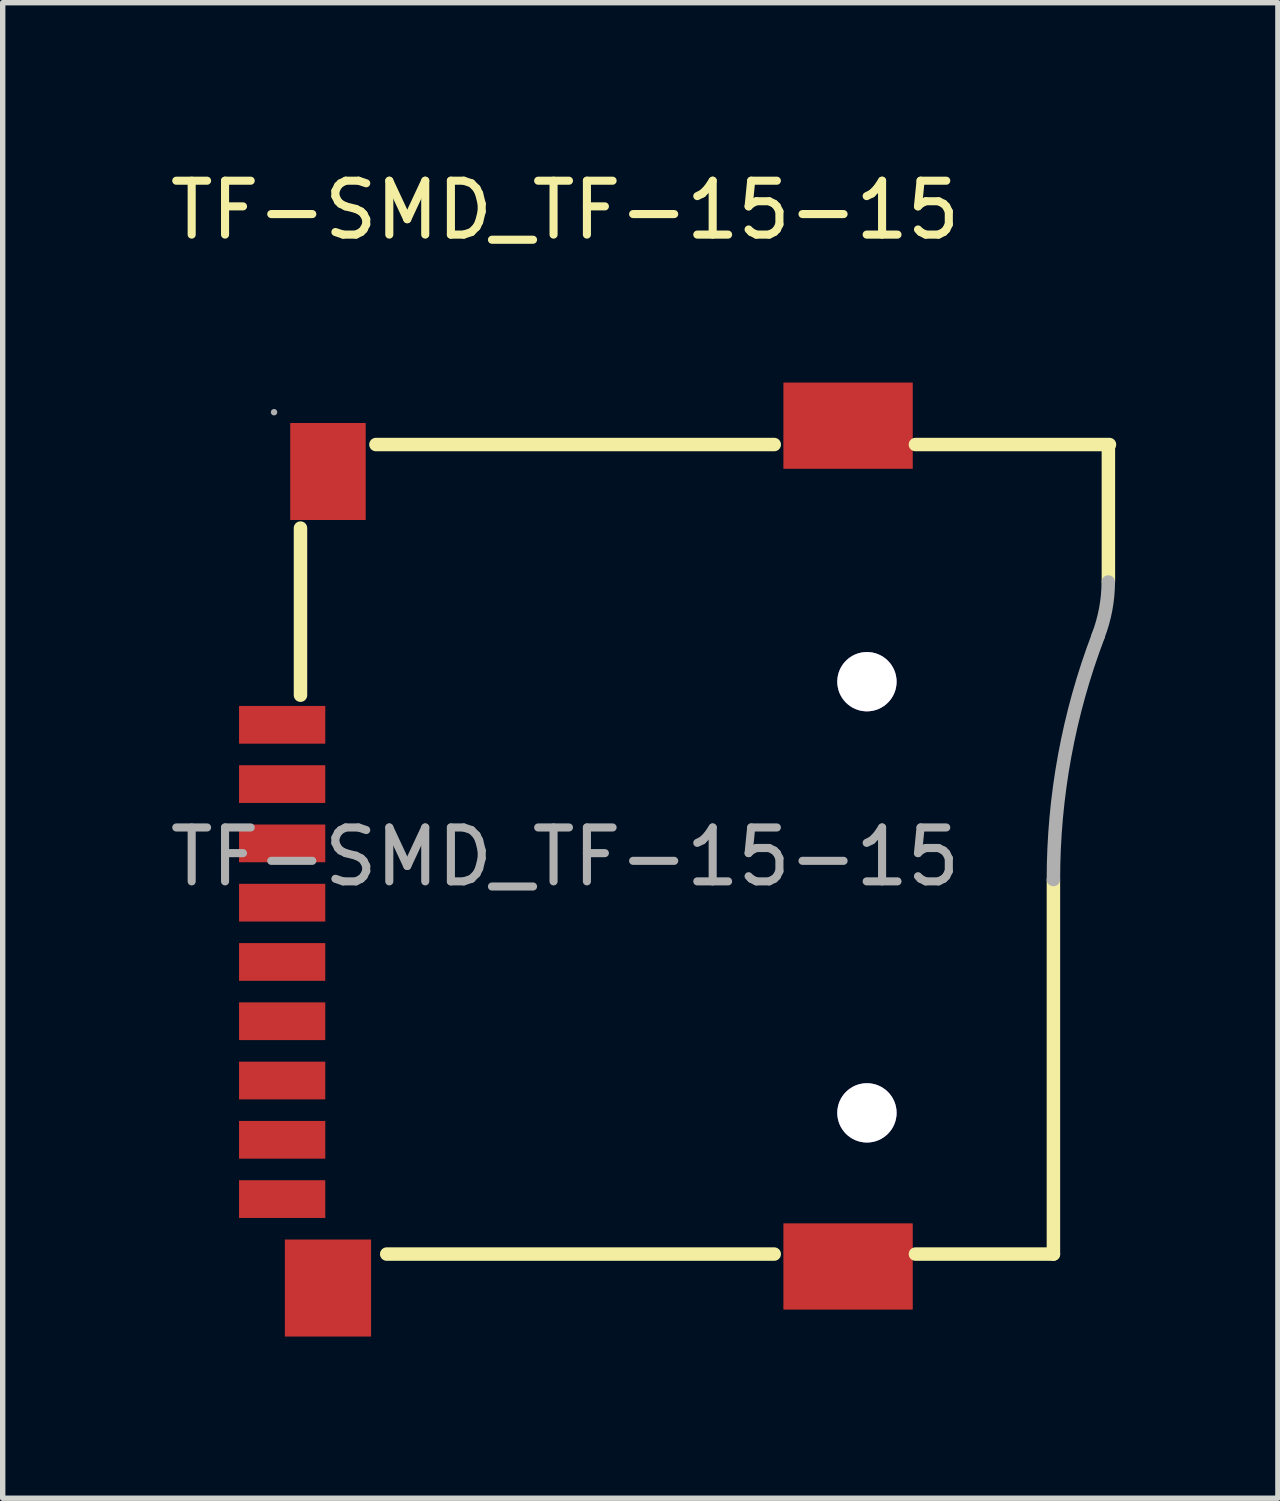
<source format=kicad_pcb>
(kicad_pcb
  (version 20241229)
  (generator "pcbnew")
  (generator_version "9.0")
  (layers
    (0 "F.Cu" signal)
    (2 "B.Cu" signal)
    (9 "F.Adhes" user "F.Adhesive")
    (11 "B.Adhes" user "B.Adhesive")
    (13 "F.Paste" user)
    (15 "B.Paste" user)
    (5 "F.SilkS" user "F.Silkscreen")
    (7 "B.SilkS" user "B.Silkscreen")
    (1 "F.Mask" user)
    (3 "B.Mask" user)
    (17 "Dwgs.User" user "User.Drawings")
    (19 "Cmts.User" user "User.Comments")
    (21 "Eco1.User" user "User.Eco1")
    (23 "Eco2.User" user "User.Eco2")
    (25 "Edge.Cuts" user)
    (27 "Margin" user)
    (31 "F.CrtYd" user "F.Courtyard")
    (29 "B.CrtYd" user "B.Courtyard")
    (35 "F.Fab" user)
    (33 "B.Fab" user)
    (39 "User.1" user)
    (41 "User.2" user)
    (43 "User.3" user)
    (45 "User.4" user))
  (footprint "TF-SMD_TF-15-15"
    (layer "F.Cu")
    (at 7.435 12.848)
    (property "Reference" "TF-SMD_TF-15-15" (at 0 -12 0) (layer "F.SilkS") (effects (font (size 1 1) (thickness 0.15))))
    (attr smd)
    (fp_line (start -4.91 -6.1) (end -4.91 -3) (stroke (width 0.25) (type solid)) (layer "F.SilkS"))
    (fp_line (start -3.31 7.37) (end 3.88 7.37) (stroke (width 0.25) (type solid)) (layer "F.SilkS"))
    (fp_line (start 3.88 -7.65) (end -3.51 -7.65) (stroke (width 0.25) (type solid)) (layer "F.SilkS"))
    (fp_line (start 9.06 0.43) (end 9.06 7.37) (stroke (width 0.25) (type solid)) (layer "F.SilkS"))
    (fp_line (start 9.06 7.37) (end 6.5 7.37) (stroke (width 0.25) (type solid)) (layer "F.SilkS"))
    (fp_line (start 10.08 -7.62) (end 10.08 -5.11) (stroke (width 0.25) (type solid)) (layer "F.SilkS"))
    (fp_line (start 10.1 -7.65) (end 6.5 -7.65) (stroke (width 0.25) (type solid)) (layer "F.SilkS"))
    (fp_arc (start 9.06 0.42) (mid 9.269644 -1.878043) (end 9.891654 -4.100217) (stroke (width 0.25) (type solid)) (layer "F.Fab"))
    (fp_arc (start 10.077916 -5.099637) (mid 10.029599 -4.591239) (end 9.89 -4.1) (stroke (width 0.25) (type solid)) (layer "F.Fab"))
    (fp_circle (center -5.4 -8.25) (end -5.37 -8.25) (stroke (width 0.06) (type solid)) (fill no) (layer "F.Fab"))
    (fp_circle (center 5.6 -3.25) (end 5.83 -3.25) (stroke (width 0.45) (type solid)) (fill no) (layer "F.Fab"))
    (fp_circle (center 5.6 4.75) (end 5.83 4.75) (stroke (width 0.45) (type solid)) (fill no) (layer "F.Fab"))
    (fp_text user "${REFERENCE}" (at 0 0 0) (layer "F.Fab") (effects (font (size 1 1) (thickness 0.15))))
    (pad "" thru_hole circle (at 5.6 -3.25) (size 1.1 1.1) (drill 1.1) (layers "*.Cu" "*.Mask"))
    (pad "" thru_hole circle (at 5.6 4.75) (size 1.1 1.1) (drill 1.1) (layers "*.Cu" "*.Mask"))
    (pad "1" smd rect (at -5.25 -2.45) (size 1.6 0.7) (layers "F.Cu" "F.Mask" "F.Paste"))
    (pad "2" smd rect (at -5.25 -1.35) (size 1.6 0.7) (layers "F.Cu" "F.Mask" "F.Paste"))
    (pad "3" smd rect (at -5.25 -0.25) (size 1.6 0.7) (layers "F.Cu" "F.Mask" "F.Paste"))
    (pad "4" smd rect (at -5.25 0.85) (size 1.6 0.7) (layers "F.Cu" "F.Mask" "F.Paste"))
    (pad "5" smd rect (at -5.25 1.95) (size 1.6 0.7) (layers "F.Cu" "F.Mask" "F.Paste"))
    (pad "6" smd rect (at -5.25 3.05) (size 1.6 0.7) (layers "F.Cu" "F.Mask" "F.Paste"))
    (pad "7" smd rect (at -5.25 4.15) (size 1.6 0.7) (layers "F.Cu" "F.Mask" "F.Paste"))
    (pad "8" smd rect (at -5.25 5.25) (size 1.6 0.7) (layers "F.Cu" "F.Mask" "F.Paste"))
    (pad "9" smd rect (at -5.25 6.35) (size 1.6 0.7) (layers "F.Cu" "F.Mask" "F.Paste"))
    (pad "10" smd rect (at -4.4 8) (size 1.6 1.8) (layers "F.Cu" "F.Mask" "F.Paste"))
    (pad "11" smd rect (at 5.25 7.6) (size 2.4 1.6) (layers "F.Cu" "F.Mask" "F.Paste"))
    (pad "12" smd rect (at 5.25 -8) (size 2.4 1.6) (layers "F.Cu" "F.Mask" "F.Paste"))
    (pad "13" smd rect (at -4.4 -7.15) (size 1.4 1.8) (layers "F.Cu" "F.Mask" "F.Paste")))
  (gr_rect
    (start -3 -3)
    (end 20.66 24.748)
    (stroke (width 0.1) (type default))
    (fill no)
    (layer "Edge.Cuts")))
</source>
